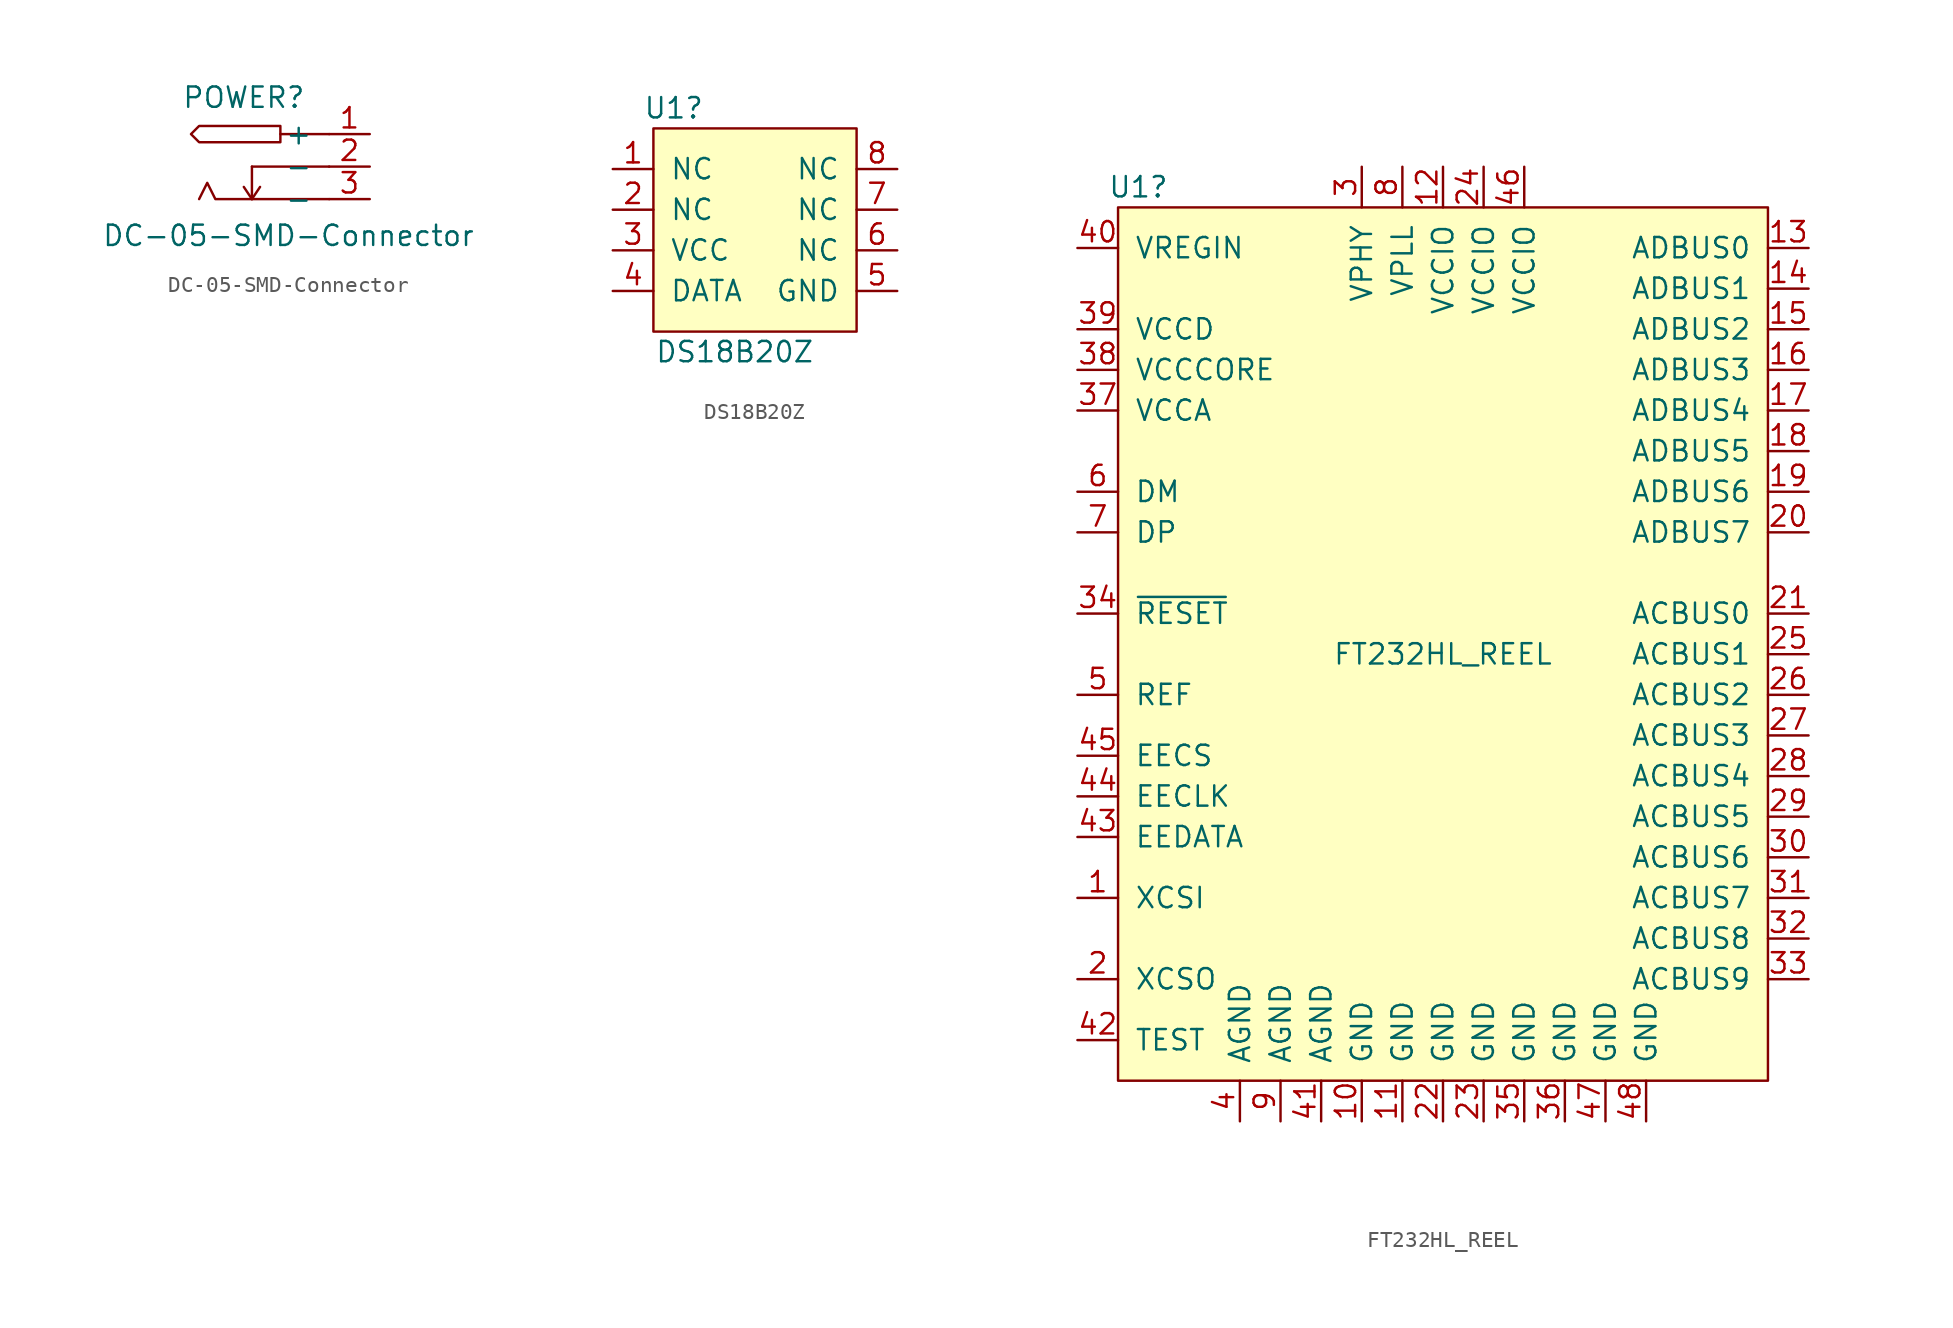
<source format=kicad_sym>
(kicad_symbol_lib
  (version 20220914)
  (generator kicad_symbol_editor)
  (symbol "DC-05-SMD-Connector"
    (pin_names
      (offset 1.016))
    (property "Reference" "POWER"
      (at -3.302 4.318 0)
      (effects (font (size 1.27 1.27))))
    (property "Value" "DC-05-SMD-Connector"
      (at -0.508 -4.318 0)
      (effects (font (size 1.27 1.27))))
    (symbol "DC-05-SMD-Connector_0_1"
      (polyline (pts (xy -2.794 -2.032) (xy 2.032 -2.032)) (stroke (width 0) (type default)) (fill (type none)))
      (polyline (pts (xy -2.794 0) (xy -2.794 -2.032)) (stroke (width 0) (type default)) (fill (type none)))
      (polyline (pts (xy -2.794 0) (xy 2.032 0)) (stroke (width 0) (type default)) (fill (type none)))
      (polyline (pts (xy -1.016 2.032) (xy 2.032 2.032)) (stroke (width 0) (type default)) (fill (type none)))
      (polyline (pts (xy -3.302 -1.27) (xy -2.794 -2.032) (xy -2.286 -1.27)) (stroke (width 0) (type default)) (fill (type none)))
      (polyline (pts (xy -2.794 -2.032) (xy -5.08 -2.032) (xy -5.588 -1.016) (xy -6.096 -2.032)) (stroke (width 0) (type default)) (fill (type none)))
      (polyline (pts (xy -6.096 2.54) (xy -6.604 2.032) (xy -6.096 1.524) (xy -1.016 1.524) (xy -1.016 2.54) (xy -6.096 2.54)) (stroke (width 0) (type default)) (fill (type none))))
    (symbol "DC-05-SMD-Connector_1_1"
      (pin passive line (at 4.572 2.032 180) (length 2.54) (name "+" (effects (font (size 1.27 1.27)))) (number "1" (effects (font (size 1.27 1.27)))))
      (pin passive line (at 4.572 0 180) (length 2.54) (name "-" (effects (font (size 1.27 1.27)))) (number "2" (effects (font (size 1.27 1.27)))))
      (pin passive line (at 4.572 -2.032 180) (length 2.54) (name "-" (effects (font (size 1.27 1.27)))) (number "3" (effects (font (size 1.27 1.27)))))))
  (symbol "DS18B20Z"
    (pin_names
      (offset 1.016))
    (property "Reference" "U1"
      (at -5.08 7.62 0)
      (effects (font (size 1.27 1.27))))
    (property "Value" "DS18B20Z"
      (at -1.27 -7.62 0)
      (effects (font (size 1.27 1.27))))
    (symbol "DS18B20Z_0_1"
      (rectangle (start -6.35 6.35) (end 6.35 -6.35) (stroke (width 0) (type default)) (fill (type background))))
    (symbol "DS18B20Z_1_1"
      (pin passive line (at -8.89 3.81 0) (length 2.54) (name "NC" (effects (font (size 1.27 1.27)))) (number "1" (effects (font (size 1.27 1.27)))))
      (pin passive line (at -8.89 1.27 0) (length 2.54) (name "NC" (effects (font (size 1.27 1.27)))) (number "2" (effects (font (size 1.27 1.27)))))
      (pin power_in line (at -8.89 -1.27 0) (length 2.54) (name "VCC" (effects (font (size 1.27 1.27)))) (number "3" (effects (font (size 1.27 1.27)))))
      (pin input line (at -8.89 -3.81 0) (length 2.54) (name "DATA" (effects (font (size 1.27 1.27)))) (number "4" (effects (font (size 1.27 1.27)))))
      (pin input line (at 8.89 -3.81 180) (length 2.54) (name "GND" (effects (font (size 1.27 1.27)))) (number "5" (effects (font (size 1.27 1.27)))))
      (pin input line (at 8.89 -1.27 180) (length 2.54) (name "NC" (effects (font (size 1.27 1.27)))) (number "6" (effects (font (size 1.27 1.27)))))
      (pin input line (at 8.89 1.27 180) (length 2.54) (name "NC" (effects (font (size 1.27 1.27)))) (number "7" (effects (font (size 1.27 1.27)))))
      (pin input line (at 8.89 3.81 180) (length 2.54) (name "NC" (effects (font (size 1.27 1.27)))) (number "8" (effects (font (size 1.27 1.27)))))))
  (symbol "FT232HL_REEL"
    (pin_names
      (offset 1.016))
    (property "Reference" "U1"
      (at -19.05 29.21 0)
      (effects (font (size 1.27 1.27))))
    (property "Value" "FT232HL_REEL"
      (at 0 0 0)
      (effects (font (size 1.27 1.27))))
    (symbol "FT232HL_REEL_0_1"
      (rectangle (start -20.32 27.94) (end 20.32 -26.67) (stroke (width 0) (type default)) (fill (type background))))
    (symbol "FT232HL_REEL_1_1"
      (pin input line (at -22.86 -15.24 0) (length 2.54) (name "XCSI" (effects (font (size 1.27 1.27)))) (number "1" (effects (font (size 1.27 1.27)))))
      (pin power_in line (at -5.08 -29.21 90) (length 2.54) (name "GND" (effects (font (size 1.27 1.27)))) (number "10" (effects (font (size 1.27 1.27)))))
      (pin power_in line (at -2.54 -29.21 90) (length 2.54) (name "GND" (effects (font (size 1.27 1.27)))) (number "11" (effects (font (size 1.27 1.27)))))
      (pin power_in line (at 0 30.48 270) (length 2.54) (name "VCCIO" (effects (font (size 1.27 1.27)))) (number "12" (effects (font (size 1.27 1.27)))))
      (pin bidirectional line (at 22.86 25.4 180) (length 2.54) (name "ADBUS0" (effects (font (size 1.27 1.27)))) (number "13" (effects (font (size 1.27 1.27)))))
      (pin bidirectional line (at 22.86 22.86 180) (length 2.54) (name "ADBUS1" (effects (font (size 1.27 1.27)))) (number "14" (effects (font (size 1.27 1.27)))))
      (pin bidirectional line (at 22.86 20.32 180) (length 2.54) (name "ADBUS2" (effects (font (size 1.27 1.27)))) (number "15" (effects (font (size 1.27 1.27)))))
      (pin bidirectional line (at 22.86 17.78 180) (length 2.54) (name "ADBUS3" (effects (font (size 1.27 1.27)))) (number "16" (effects (font (size 1.27 1.27)))))
      (pin bidirectional line (at 22.86 15.24 180) (length 2.54) (name "ADBUS4" (effects (font (size 1.27 1.27)))) (number "17" (effects (font (size 1.27 1.27)))))
      (pin bidirectional line (at 22.86 12.7 180) (length 2.54) (name "ADBUS5" (effects (font (size 1.27 1.27)))) (number "18" (effects (font (size 1.27 1.27)))))
      (pin bidirectional line (at 22.86 10.16 180) (length 2.54) (name "ADBUS6" (effects (font (size 1.27 1.27)))) (number "19" (effects (font (size 1.27 1.27)))))
      (pin output line (at -22.86 -20.32 0) (length 2.54) (name "XCSO" (effects (font (size 1.27 1.27)))) (number "2" (effects (font (size 1.27 1.27)))))
      (pin bidirectional line (at 22.86 7.62 180) (length 2.54) (name "ADBUS7" (effects (font (size 1.27 1.27)))) (number "20" (effects (font (size 1.27 1.27)))))
      (pin bidirectional line (at 22.86 2.54 180) (length 2.54) (name "ACBUS0" (effects (font (size 1.27 1.27)))) (number "21" (effects (font (size 1.27 1.27)))))
      (pin power_in line (at 0 -29.21 90) (length 2.54) (name "GND" (effects (font (size 1.27 1.27)))) (number "22" (effects (font (size 1.27 1.27)))))
      (pin power_in line (at 2.54 -29.21 90) (length 2.54) (name "GND" (effects (font (size 1.27 1.27)))) (number "23" (effects (font (size 1.27 1.27)))))
      (pin power_in line (at 2.54 30.48 270) (length 2.54) (name "VCCIO" (effects (font (size 1.27 1.27)))) (number "24" (effects (font (size 1.27 1.27)))))
      (pin bidirectional line (at 22.86 0 180) (length 2.54) (name "ACBUS1" (effects (font (size 1.27 1.27)))) (number "25" (effects (font (size 1.27 1.27)))))
      (pin bidirectional line (at 22.86 -2.54 180) (length 2.54) (name "ACBUS2" (effects (font (size 1.27 1.27)))) (number "26" (effects (font (size 1.27 1.27)))))
      (pin bidirectional line (at 22.86 -5.08 180) (length 2.54) (name "ACBUS3" (effects (font (size 1.27 1.27)))) (number "27" (effects (font (size 1.27 1.27)))))
      (pin bidirectional line (at 22.86 -7.62 180) (length 2.54) (name "ACBUS4" (effects (font (size 1.27 1.27)))) (number "28" (effects (font (size 1.27 1.27)))))
      (pin bidirectional line (at 22.86 -10.16 180) (length 2.54) (name "ACBUS5" (effects (font (size 1.27 1.27)))) (number "29" (effects (font (size 1.27 1.27)))))
      (pin power_in line (at -5.08 30.48 270) (length 2.54) (name "VPHY" (effects (font (size 1.27 1.27)))) (number "3" (effects (font (size 1.27 1.27)))))
      (pin bidirectional line (at 22.86 -12.7 180) (length 2.54) (name "ACBUS6" (effects (font (size 1.27 1.27)))) (number "30" (effects (font (size 1.27 1.27)))))
      (pin bidirectional line (at 22.86 -15.24 180) (length 2.54) (name "ACBUS7" (effects (font (size 1.27 1.27)))) (number "31" (effects (font (size 1.27 1.27)))))
      (pin bidirectional line (at 22.86 -17.78 180) (length 2.54) (name "ACBUS8" (effects (font (size 1.27 1.27)))) (number "32" (effects (font (size 1.27 1.27)))))
      (pin bidirectional line (at 22.86 -20.32 180) (length 2.54) (name "ACBUS9" (effects (font (size 1.27 1.27)))) (number "33" (effects (font (size 1.27 1.27)))))
      (pin input line (at -22.86 2.54 0) (length 2.54) (name "~{RESET}" (effects (font (size 1.27 1.27)))) (number "34" (effects (font (size 1.27 1.27)))))
      (pin power_in line (at 5.08 -29.21 90) (length 2.54) (name "GND" (effects (font (size 1.27 1.27)))) (number "35" (effects (font (size 1.27 1.27)))))
      (pin power_in line (at 7.62 -29.21 90) (length 2.54) (name "GND" (effects (font (size 1.27 1.27)))) (number "36" (effects (font (size 1.27 1.27)))))
      (pin power_out line (at -22.86 15.24 0) (length 2.54) (name "VCCA" (effects (font (size 1.27 1.27)))) (number "37" (effects (font (size 1.27 1.27)))))
      (pin power_out line (at -22.86 17.78 0) (length 2.54) (name "VCCCORE" (effects (font (size 1.27 1.27)))) (number "38" (effects (font (size 1.27 1.27)))))
      (pin power_in line (at -22.86 20.32 0) (length 2.54) (name "VCCD" (effects (font (size 1.27 1.27)))) (number "39" (effects (font (size 1.27 1.27)))))
      (pin power_in line (at -12.7 -29.21 90) (length 2.54) (name "AGND" (effects (font (size 1.27 1.27)))) (number "4" (effects (font (size 1.27 1.27)))))
      (pin power_in line (at -22.86 25.4 0) (length 2.54) (name "VREGIN" (effects (font (size 1.27 1.27)))) (number "40" (effects (font (size 1.27 1.27)))))
      (pin power_in line (at -7.62 -29.21 90) (length 2.54) (name "AGND" (effects (font (size 1.27 1.27)))) (number "41" (effects (font (size 1.27 1.27)))))
      (pin input line (at -22.86 -24.13 0) (length 2.54) (name "TEST" (effects (font (size 1.27 1.27)))) (number "42" (effects (font (size 1.27 1.27)))))
      (pin bidirectional line (at -22.86 -11.43 0) (length 2.54) (name "EEDATA" (effects (font (size 1.27 1.27)))) (number "43" (effects (font (size 1.27 1.27)))))
      (pin output line (at -22.86 -8.89 0) (length 2.54) (name "EECLK" (effects (font (size 1.27 1.27)))) (number "44" (effects (font (size 1.27 1.27)))))
      (pin bidirectional line (at -22.86 -6.35 0) (length 2.54) (name "EECS" (effects (font (size 1.27 1.27)))) (number "45" (effects (font (size 1.27 1.27)))))
      (pin power_in line (at 5.08 30.48 270) (length 2.54) (name "VCCIO" (effects (font (size 1.27 1.27)))) (number "46" (effects (font (size 1.27 1.27)))))
      (pin power_in line (at 10.16 -29.21 90) (length 2.54) (name "GND" (effects (font (size 1.27 1.27)))) (number "47" (effects (font (size 1.27 1.27)))))
      (pin power_in line (at 12.7 -29.21 90) (length 2.54) (name "GND" (effects (font (size 1.27 1.27)))) (number "48" (effects (font (size 1.27 1.27)))))
      (pin input line (at -22.86 -2.54 0) (length 2.54) (name "REF" (effects (font (size 1.27 1.27)))) (number "5" (effects (font (size 1.27 1.27)))))
      (pin input line (at -22.86 10.16 0) (length 2.54) (name "DM" (effects (font (size 1.27 1.27)))) (number "6" (effects (font (size 1.27 1.27)))))
      (pin input line (at -22.86 7.62 0) (length 2.54) (name "DP" (effects (font (size 1.27 1.27)))) (number "7" (effects (font (size 1.27 1.27)))))
      (pin power_in line (at -2.54 30.48 270) (length 2.54) (name "VPLL" (effects (font (size 1.27 1.27)))) (number "8" (effects (font (size 1.27 1.27)))))
      (pin power_in line (at -10.16 -29.21 90) (length 2.54) (name "AGND" (effects (font (size 1.27 1.27)))) (number "9" (effects (font (size 1.27 1.27))))))))
</source>
